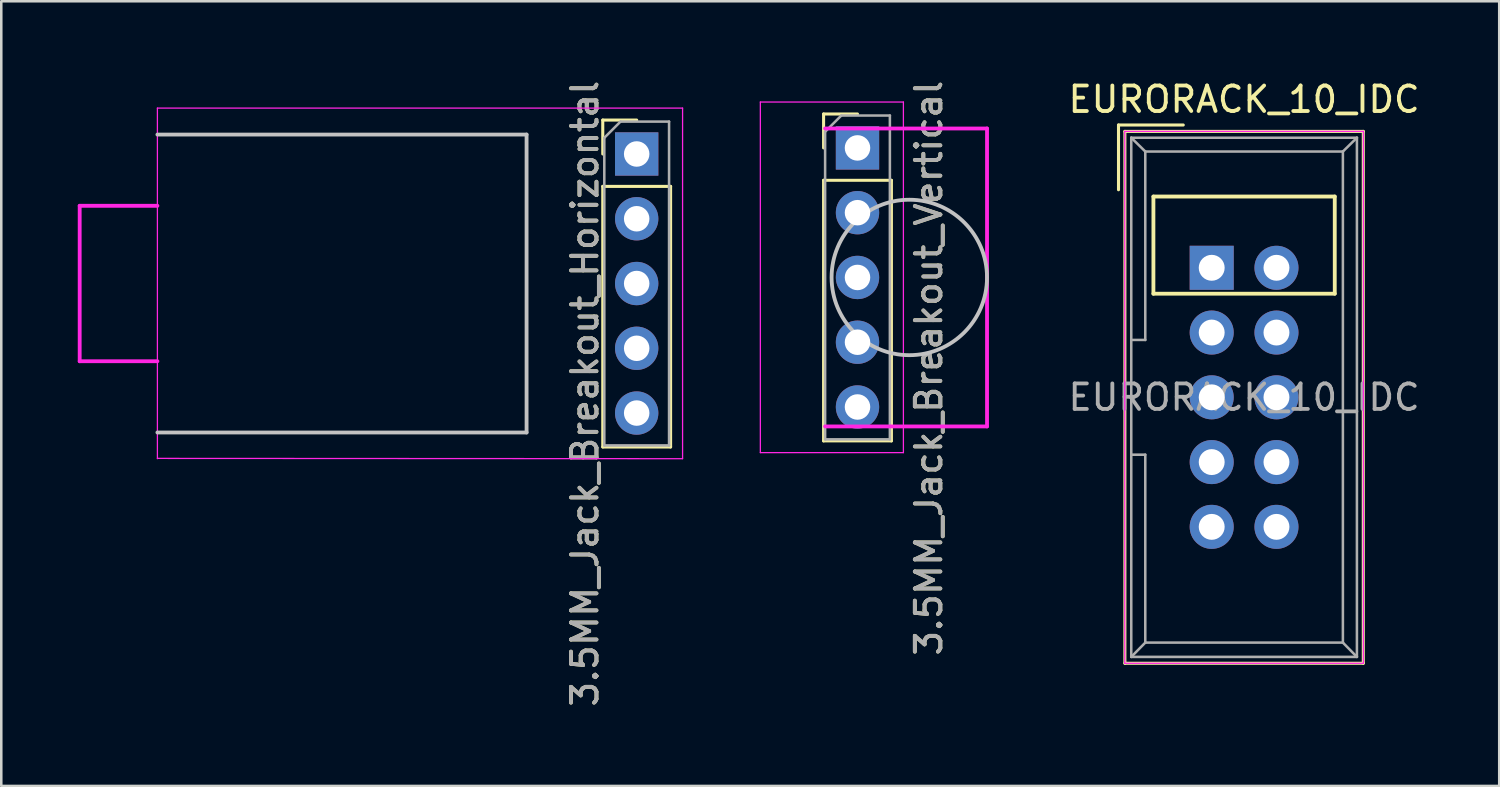
<source format=kicad_pcb>
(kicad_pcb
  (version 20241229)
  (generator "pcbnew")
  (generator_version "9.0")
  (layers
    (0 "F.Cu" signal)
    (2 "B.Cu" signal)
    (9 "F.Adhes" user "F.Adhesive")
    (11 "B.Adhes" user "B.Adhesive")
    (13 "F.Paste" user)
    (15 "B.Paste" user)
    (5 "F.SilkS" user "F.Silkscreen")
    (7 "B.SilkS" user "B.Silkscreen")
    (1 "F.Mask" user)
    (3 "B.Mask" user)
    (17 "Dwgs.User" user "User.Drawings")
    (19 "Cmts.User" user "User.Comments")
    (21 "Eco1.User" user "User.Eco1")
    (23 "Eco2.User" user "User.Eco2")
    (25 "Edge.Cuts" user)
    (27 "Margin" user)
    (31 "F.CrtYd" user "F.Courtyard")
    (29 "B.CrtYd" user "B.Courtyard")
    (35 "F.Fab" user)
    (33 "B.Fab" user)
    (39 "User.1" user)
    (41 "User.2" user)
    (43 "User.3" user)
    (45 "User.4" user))
  (footprint "EURORACK_10_IDC"
    (layer "F.Cu")
    (at 44.47 7.452)
    (property "Reference" "EURORACK_10_IDC" (at 1.27 -6.604 0) (layer "F.SilkS") (effects (font (size 1 1) (thickness 0.15))))
    (attr through_hole)
    (fp_line (start -3.655 -5.6) (end -3.655 -3.06) (stroke (width 0.12) (type solid)) (layer "F.SilkS"))
    (fp_line (start -3.655 -5.6) (end -1.115 -5.6) (stroke (width 0.12) (type solid)) (layer "F.SilkS"))
    (fp_line (start -3.405 -5.35) (end 5.945 -5.35) (stroke (width 0.12) (type solid)) (layer "F.SilkS"))
    (fp_line (start -3.405 15.51) (end -3.405 -5.35) (stroke (width 0.12) (type solid)) (layer "F.SilkS"))
    (fp_line (start -2.286 -2.794) (end 4.826 -2.794) (stroke (width 0.15) (type solid)) (layer "F.SilkS"))
    (fp_line (start -2.286 1.016) (end -2.286 -2.794) (stroke (width 0.15) (type solid)) (layer "F.SilkS"))
    (fp_line (start 4.826 -2.794) (end 4.826 1.016) (stroke (width 0.15) (type solid)) (layer "F.SilkS"))
    (fp_line (start 4.826 1.016) (end -2.286 1.016) (stroke (width 0.15) (type solid)) (layer "F.SilkS"))
    (fp_line (start 5.945 -5.35) (end 5.945 15.51) (stroke (width 0.12) (type solid)) (layer "F.SilkS"))
    (fp_line (start 5.945 15.51) (end -3.405 15.51) (stroke (width 0.12) (type solid)) (layer "F.SilkS"))
    (fp_line (start -3.41 -5.35) (end 5.95 -5.35) (stroke (width 0.05) (type solid)) (layer "F.CrtYd"))
    (fp_line (start -3.41 15.51) (end -3.41 -5.35) (stroke (width 0.05) (type solid)) (layer "F.CrtYd"))
    (fp_line (start 5.95 -5.35) (end 5.95 15.51) (stroke (width 0.05) (type solid)) (layer "F.CrtYd"))
    (fp_line (start 5.95 15.51) (end -3.41 15.51) (stroke (width 0.05) (type solid)) (layer "F.CrtYd"))
    (fp_line (start -3.155 -5.1) (end -3.155 15.26) (stroke (width 0.1) (type solid)) (layer "F.Fab"))
    (fp_line (start -3.155 -5.1) (end -2.605 -4.56) (stroke (width 0.1) (type solid)) (layer "F.Fab"))
    (fp_line (start -3.155 15.26) (end -2.605 14.7) (stroke (width 0.1) (type solid)) (layer "F.Fab"))
    (fp_line (start -2.605 -4.56) (end -2.605 2.83) (stroke (width 0.1) (type solid)) (layer "F.Fab"))
    (fp_line (start -2.605 2.83) (end -3.155 2.83) (stroke (width 0.1) (type solid)) (layer "F.Fab"))
    (fp_line (start -2.605 7.33) (end -3.155 7.33) (stroke (width 0.1) (type solid)) (layer "F.Fab"))
    (fp_line (start -2.605 7.33) (end -2.605 14.7) (stroke (width 0.1) (type solid)) (layer "F.Fab"))
    (fp_line (start 5.145 -4.56) (end -2.605 -4.56) (stroke (width 0.1) (type solid)) (layer "F.Fab"))
    (fp_line (start 5.145 -4.56) (end 5.145 14.7) (stroke (width 0.1) (type solid)) (layer "F.Fab"))
    (fp_line (start 5.145 14.7) (end -2.605 14.7) (stroke (width 0.1) (type solid)) (layer "F.Fab"))
    (fp_line (start 5.695 -5.1) (end -3.155 -5.1) (stroke (width 0.1) (type solid)) (layer "F.Fab"))
    (fp_line (start 5.695 -5.1) (end 5.145 -4.56) (stroke (width 0.1) (type solid)) (layer "F.Fab"))
    (fp_line (start 5.695 -5.1) (end 5.695 15.26) (stroke (width 0.1) (type solid)) (layer "F.Fab"))
    (fp_line (start 5.695 15.26) (end -3.155 15.26) (stroke (width 0.1) (type solid)) (layer "F.Fab"))
    (fp_line (start 5.695 15.26) (end 5.145 14.7) (stroke (width 0.1) (type solid)) (layer "F.Fab"))
    (fp_text user "${REFERENCE}" (at 1.27 5.08 0) (layer "F.Fab") (effects (font (size 1 1) (thickness 0.15))))
    (pad "1" thru_hole rect (at 0 0) (size 1.727 1.727) (drill 1.016) (layers "*.Cu" "*.Mask"))
    (pad "1" thru_hole oval (at 2.54 0) (size 1.727 1.727) (drill 1.016) (layers "*.Cu" "*.Mask"))
    (pad "3" thru_hole oval (at 0 2.54) (size 1.727 1.727) (drill 1.016) (layers "*.Cu" "*.Mask"))
    (pad "3" thru_hole oval (at 0 5.08) (size 1.727 1.727) (drill 1.016) (layers "*.Cu" "*.Mask"))
    (pad "3" thru_hole oval (at 0 7.62) (size 1.727 1.727) (drill 1.016) (layers "*.Cu" "*.Mask"))
    (pad "3" thru_hole oval (at 2.54 2.54) (size 1.727 1.727) (drill 1.016) (layers "*.Cu" "*.Mask"))
    (pad "3" thru_hole oval (at 2.54 5.08) (size 1.727 1.727) (drill 1.016) (layers "*.Cu" "*.Mask"))
    (pad "3" thru_hole oval (at 2.54 7.62) (size 1.727 1.727) (drill 1.016) (layers "*.Cu" "*.Mask"))
    (pad "9" thru_hole oval (at 0 10.16) (size 1.727 1.727) (drill 1.016) (layers "*.Cu" "*.Mask"))
    (pad "9" thru_hole oval (at 2.54 10.16) (size 1.727 1.727) (drill 1.016) (layers "*.Cu" "*.Mask")))
  (footprint "3.5MM_Jack_Breakout_Vertical"
    (layer "F.Cu")
    (at 30.579 2.751)
    (property "Reference" "3.5MM_Jack_Breakout_Vertical" (at 2.794 8.636 90) (layer "F.SilkS") (effects (font (size 1 1) (thickness 0.15))))
    (attr through_hole)
    (fp_line (start -1.33 -1.33) (end 0 -1.33) (stroke (width 0.12) (type solid)) (layer "F.SilkS"))
    (fp_line (start -1.33 0) (end -1.33 -1.33) (stroke (width 0.12) (type solid)) (layer "F.SilkS"))
    (fp_line (start -1.33 1.27) (end -1.33 11.49) (stroke (width 0.12) (type solid)) (layer "F.SilkS"))
    (fp_line (start -1.33 1.27) (end 1.33 1.27) (stroke (width 0.12) (type solid)) (layer "F.SilkS"))
    (fp_line (start -1.33 11.49) (end 1.33 11.49) (stroke (width 0.12) (type solid)) (layer "F.SilkS"))
    (fp_line (start 1.33 1.27) (end 1.33 11.49) (stroke (width 0.12) (type solid)) (layer "F.SilkS"))
    (fp_circle (center 2.032 5.08) (end 5.08 5.08) (stroke (width 0.15) (type solid)) (fill no) (layer "Dwgs.User"))
    (fp_line (start -3.81 -1.8) (end -3.81 11.95) (stroke (width 0.05) (type solid)) (layer "F.CrtYd"))
    (fp_line (start -3.81 11.95) (end 1.8 11.95) (stroke (width 0.05) (type solid)) (layer "F.CrtYd"))
    (fp_line (start -1.27 10.922) (end 5.08 10.922) (stroke (width 0.15) (type solid)) (layer "F.CrtYd"))
    (fp_line (start 1.8 -1.8) (end -3.81 -1.8) (stroke (width 0.05) (type solid)) (layer "F.CrtYd"))
    (fp_line (start 1.8 11.95) (end 1.8 -1.8) (stroke (width 0.05) (type solid)) (layer "F.CrtYd"))
    (fp_line (start 5.08 -0.762) (end -1.27 -0.762) (stroke (width 0.15) (type solid)) (layer "F.CrtYd"))
    (fp_line (start 5.08 10.922) (end 5.08 -0.762) (stroke (width 0.15) (type solid)) (layer "F.CrtYd"))
    (fp_line (start -1.27 -0.635) (end -0.635 -1.27) (stroke (width 0.1) (type solid)) (layer "F.Fab"))
    (fp_line (start -1.27 11.43) (end -1.27 -0.635) (stroke (width 0.1) (type solid)) (layer "F.Fab"))
    (fp_line (start -0.635 -1.27) (end 1.27 -1.27) (stroke (width 0.1) (type solid)) (layer "F.Fab"))
    (fp_line (start 1.27 -1.27) (end 1.27 11.43) (stroke (width 0.1) (type solid)) (layer "F.Fab"))
    (fp_line (start 1.27 11.43) (end -1.27 11.43) (stroke (width 0.1) (type solid)) (layer "F.Fab"))
    (fp_text user "${REFERENCE}" (at 2.794 8.636 90) (layer "F.Fab") (effects (font (size 1 1) (thickness 0.15))))
    (pad "G" thru_hole rect (at 0 0) (size 1.7 1.7) (drill 1) (layers "*.Cu" "*.Mask"))
    (pad "S" thru_hole oval (at 0 2.54) (size 1.7 1.7) (drill 1) (layers "*.Cu" "*.Mask"))
    (pad "SN" thru_hole oval (at 0 5.08) (size 1.7 1.7) (drill 1) (layers "*.Cu" "*.Mask"))
    (pad "T" thru_hole oval (at 0 7.62) (size 1.7 1.7) (drill 1) (layers "*.Cu" "*.Mask"))
    (pad "TN" thru_hole oval (at 0 10.16) (size 1.7 1.7) (drill 1) (layers "*.Cu" "*.Mask")))
  (footprint "3.5MM_Jack_Breakout_Horizontal"
    (layer "F.Cu")
    (at 21.919 2.989)
    (property "Reference" "3.5MM_Jack_Breakout_Horizontal" (at -2.032 9.398 90) (layer "F.SilkS") (effects (font (size 1 1) (thickness 0.15))))
    (attr through_hole)
    (fp_line (start -1.33 -1.33) (end 0 -1.33) (stroke (width 0.12) (type solid)) (layer "F.SilkS"))
    (fp_line (start -1.33 0) (end -1.33 -1.33) (stroke (width 0.12) (type solid)) (layer "F.SilkS"))
    (fp_line (start -1.33 1.27) (end -1.33 11.49) (stroke (width 0.12) (type solid)) (layer "F.SilkS"))
    (fp_line (start -1.33 1.27) (end 1.33 1.27) (stroke (width 0.12) (type solid)) (layer "F.SilkS"))
    (fp_line (start -1.33 11.49) (end 1.33 11.49) (stroke (width 0.12) (type solid)) (layer "F.SilkS"))
    (fp_line (start 1.33 1.27) (end 1.33 11.49) (stroke (width 0.12) (type solid)) (layer "F.SilkS"))
    (fp_line (start -18.796 -0.762) (end -4.318 -0.762) (stroke (width 0.15) (type solid)) (layer "Dwgs.User"))
    (fp_line (start -4.318 -0.762) (end -4.318 10.922) (stroke (width 0.15) (type solid)) (layer "Dwgs.User"))
    (fp_line (start -4.318 10.922) (end -18.796 10.922) (stroke (width 0.15) (type solid)) (layer "Dwgs.User"))
    (fp_line (start -21.844 2.032) (end -21.844 8.128) (stroke (width 0.15) (type solid)) (layer "F.CrtYd"))
    (fp_line (start -21.844 8.128) (end -18.796 8.128) (stroke (width 0.15) (type solid)) (layer "F.CrtYd"))
    (fp_line (start -18.796 -1.8) (end -18.796 11.95) (stroke (width 0.05) (type solid)) (layer "F.CrtYd"))
    (fp_line (start -18.796 2.032) (end -21.844 2.032) (stroke (width 0.15) (type solid)) (layer "F.CrtYd"))
    (fp_line (start -18.796 11.938) (end 1.8 11.95) (stroke (width 0.05) (type solid)) (layer "F.CrtYd"))
    (fp_line (start 1.8 -1.8) (end -18.796 -1.8) (stroke (width 0.05) (type solid)) (layer "F.CrtYd"))
    (fp_line (start 1.8 11.95) (end 1.8 -1.8) (stroke (width 0.05) (type solid)) (layer "F.CrtYd"))
    (fp_line (start -1.27 -0.635) (end -0.635 -1.27) (stroke (width 0.1) (type solid)) (layer "F.Fab"))
    (fp_line (start -1.27 11.43) (end -1.27 -0.635) (stroke (width 0.1) (type solid)) (layer "F.Fab"))
    (fp_line (start -0.635 -1.27) (end 1.27 -1.27) (stroke (width 0.1) (type solid)) (layer "F.Fab"))
    (fp_line (start 1.27 -1.27) (end 1.27 11.43) (stroke (width 0.1) (type solid)) (layer "F.Fab"))
    (fp_line (start 1.27 11.43) (end -1.27 11.43) (stroke (width 0.1) (type solid)) (layer "F.Fab"))
    (fp_text user "${REFERENCE}" (at -2.032 9.398 90) (layer "F.Fab") (effects (font (size 1 1) (thickness 0.15))))
    (pad "G" thru_hole rect (at 0 0) (size 1.7 1.7) (drill 1) (layers "*.Cu" "*.Mask"))
    (pad "S" thru_hole oval (at 0 2.54) (size 1.7 1.7) (drill 1) (layers "*.Cu" "*.Mask"))
    (pad "SN" thru_hole oval (at 0 5.08) (size 1.7 1.7) (drill 1) (layers "*.Cu" "*.Mask"))
    (pad "T" thru_hole oval (at 0 7.62) (size 1.7 1.7) (drill 1) (layers "*.Cu" "*.Mask"))
    (pad "TN" thru_hole oval (at 0 10.16) (size 1.7 1.7) (drill 1) (layers "*.Cu" "*.Mask")))
  (gr_rect
    (start -3 -3)
    (end 55.746 27.774)
    (stroke (width 0.1) (type default))
    (fill no)
    (layer "Edge.Cuts")))
</source>
